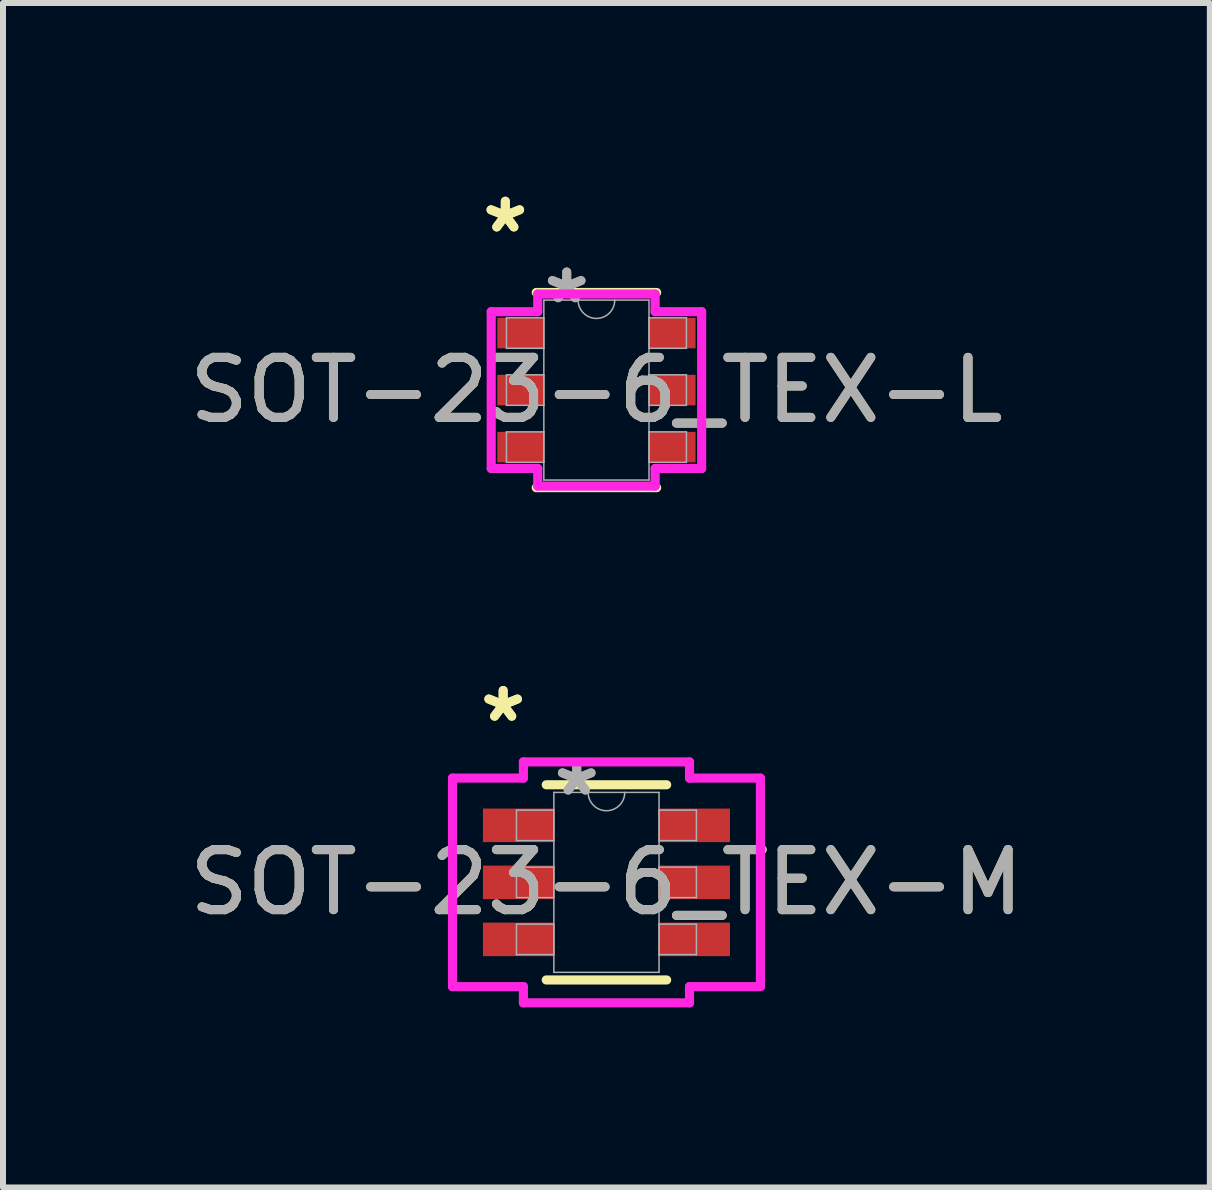
<source format=kicad_pcb>
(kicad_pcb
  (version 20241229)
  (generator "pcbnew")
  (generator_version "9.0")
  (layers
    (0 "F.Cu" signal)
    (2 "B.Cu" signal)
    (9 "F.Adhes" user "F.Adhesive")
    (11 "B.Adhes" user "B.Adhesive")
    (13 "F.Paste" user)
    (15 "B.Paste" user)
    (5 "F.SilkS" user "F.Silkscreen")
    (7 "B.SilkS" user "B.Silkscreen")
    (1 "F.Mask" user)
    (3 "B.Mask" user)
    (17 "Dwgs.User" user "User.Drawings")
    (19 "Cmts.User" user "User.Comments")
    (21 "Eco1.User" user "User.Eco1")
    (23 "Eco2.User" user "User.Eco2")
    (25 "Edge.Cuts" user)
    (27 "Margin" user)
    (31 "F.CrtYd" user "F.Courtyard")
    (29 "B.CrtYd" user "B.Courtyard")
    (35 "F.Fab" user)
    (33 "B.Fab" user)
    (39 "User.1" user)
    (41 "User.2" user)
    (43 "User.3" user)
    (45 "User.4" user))
  (footprint "SOT-23-6_TEX-L"
    (layer "F.Cu")
    (at 6.887 3.449)
    (property "Reference" "SOT-23-6_TEX-L" (at 0 0 0) (unlocked yes) (layer "F.SilkS") (effects (font (size 1 1) (thickness 0.15))))
    (attr smd)
    (fp_line (start -1.003 1.626) (end 1.003 1.626) (stroke (width 0.152) (type solid)) (layer "F.SilkS"))
    (fp_line (start 1.003 -1.626) (end -1.003 -1.626) (stroke (width 0.152) (type solid)) (layer "F.SilkS"))
    (fp_line (start -1.753 -1.306) (end -0.978 -1.306) (stroke (width 0.152) (type solid)) (layer "F.CrtYd"))
    (fp_line (start -1.753 1.306) (end -1.753 -1.306) (stroke (width 0.152) (type solid)) (layer "F.CrtYd"))
    (fp_line (start -1.753 1.306) (end -0.978 1.306) (stroke (width 0.152) (type solid)) (layer "F.CrtYd"))
    (fp_line (start -0.978 -1.6) (end 0.978 -1.6) (stroke (width 0.152) (type solid)) (layer "F.CrtYd"))
    (fp_line (start -0.978 -1.306) (end -0.978 -1.6) (stroke (width 0.152) (type solid)) (layer "F.CrtYd"))
    (fp_line (start -0.978 1.6) (end -0.978 1.306) (stroke (width 0.152) (type solid)) (layer "F.CrtYd"))
    (fp_line (start 0.978 -1.6) (end 0.978 -1.306) (stroke (width 0.152) (type solid)) (layer "F.CrtYd"))
    (fp_line (start 0.978 1.306) (end 0.978 1.6) (stroke (width 0.152) (type solid)) (layer "F.CrtYd"))
    (fp_line (start 0.978 1.6) (end -0.978 1.6) (stroke (width 0.152) (type solid)) (layer "F.CrtYd"))
    (fp_line (start 1.753 -1.306) (end 0.978 -1.306) (stroke (width 0.152) (type solid)) (layer "F.CrtYd"))
    (fp_line (start 1.753 -1.306) (end 1.753 1.306) (stroke (width 0.152) (type solid)) (layer "F.CrtYd"))
    (fp_line (start 1.753 1.306) (end 0.978 1.306) (stroke (width 0.152) (type solid)) (layer "F.CrtYd"))
    (fp_line (start -1.499 -1.204) (end -1.499 -0.696) (stroke (width 0.025) (type solid)) (layer "F.Fab"))
    (fp_line (start -1.499 -0.696) (end -0.876 -0.696) (stroke (width 0.025) (type solid)) (layer "F.Fab"))
    (fp_line (start -1.499 -0.254) (end -1.499 0.254) (stroke (width 0.025) (type solid)) (layer "F.Fab"))
    (fp_line (start -1.499 0.254) (end -0.876 0.254) (stroke (width 0.025) (type solid)) (layer "F.Fab"))
    (fp_line (start -1.499 0.696) (end -1.499 1.204) (stroke (width 0.025) (type solid)) (layer "F.Fab"))
    (fp_line (start -1.499 1.204) (end -0.876 1.204) (stroke (width 0.025) (type solid)) (layer "F.Fab"))
    (fp_line (start -0.876 -1.499) (end -0.876 1.499) (stroke (width 0.025) (type solid)) (layer "F.Fab"))
    (fp_line (start -0.876 -1.204) (end -1.499 -1.204) (stroke (width 0.025) (type solid)) (layer "F.Fab"))
    (fp_line (start -0.876 -0.696) (end -0.876 -1.204) (stroke (width 0.025) (type solid)) (layer "F.Fab"))
    (fp_line (start -0.876 -0.254) (end -1.499 -0.254) (stroke (width 0.025) (type solid)) (layer "F.Fab"))
    (fp_line (start -0.876 0.254) (end -0.876 -0.254) (stroke (width 0.025) (type solid)) (layer "F.Fab"))
    (fp_line (start -0.876 0.696) (end -1.499 0.696) (stroke (width 0.025) (type solid)) (layer "F.Fab"))
    (fp_line (start -0.876 1.204) (end -0.876 0.696) (stroke (width 0.025) (type solid)) (layer "F.Fab"))
    (fp_line (start -0.876 1.499) (end 0.876 1.499) (stroke (width 0.025) (type solid)) (layer "F.Fab"))
    (fp_line (start 0.876 -1.499) (end -0.876 -1.499) (stroke (width 0.025) (type solid)) (layer "F.Fab"))
    (fp_line (start 0.876 -1.204) (end 0.876 -0.696) (stroke (width 0.025) (type solid)) (layer "F.Fab"))
    (fp_line (start 0.876 -0.696) (end 1.499 -0.696) (stroke (width 0.025) (type solid)) (layer "F.Fab"))
    (fp_line (start 0.876 -0.254) (end 0.876 0.254) (stroke (width 0.025) (type solid)) (layer "F.Fab"))
    (fp_line (start 0.876 0.254) (end 1.499 0.254) (stroke (width 0.025) (type solid)) (layer "F.Fab"))
    (fp_line (start 0.876 0.696) (end 0.876 1.204) (stroke (width 0.025) (type solid)) (layer "F.Fab"))
    (fp_line (start 0.876 1.204) (end 1.499 1.204) (stroke (width 0.025) (type solid)) (layer "F.Fab"))
    (fp_line (start 0.876 1.499) (end 0.876 -1.499) (stroke (width 0.025) (type solid)) (layer "F.Fab"))
    (fp_line (start 1.499 -1.204) (end 0.876 -1.204) (stroke (width 0.025) (type solid)) (layer "F.Fab"))
    (fp_line (start 1.499 -0.696) (end 1.499 -1.204) (stroke (width 0.025) (type solid)) (layer "F.Fab"))
    (fp_line (start 1.499 -0.254) (end 0.876 -0.254) (stroke (width 0.025) (type solid)) (layer "F.Fab"))
    (fp_line (start 1.499 0.254) (end 1.499 -0.254) (stroke (width 0.025) (type solid)) (layer "F.Fab"))
    (fp_line (start 1.499 0.696) (end 0.876 0.696) (stroke (width 0.025) (type solid)) (layer "F.Fab"))
    (fp_line (start 1.499 1.204) (end 1.499 0.696) (stroke (width 0.025) (type solid)) (layer "F.Fab"))
    (fp_arc (start 0.3048 -1.4986) (mid 0 -1.1938) (end -0.3048 -1.4986) (stroke (width 0.0254) (type solid)) (layer "F.Fab"))
    (fp_text user "*" (at -1.518 -2.601 0) (layer "F.SilkS") (effects (font (size 1 1) (thickness 0.15))))
    (fp_text user "*" (at -1.518 -2.601 0) (unlocked yes) (layer "F.SilkS") (effects (font (size 1 1) (thickness 0.15))))
    (fp_text user "*" (at -0.495 -1.422 0) (unlocked yes) (layer "F.Fab") (effects (font (size 1 1) (thickness 0.15))))
    (fp_text user "${REFERENCE}" (at 0 0 0) (unlocked yes) (layer "F.Fab") (effects (font (size 1 1) (thickness 0.15))))
    (fp_text user "*" (at -0.495 -1.422 0) (layer "F.Fab") (effects (font (size 1 1) (thickness 0.15))))
    (pad "1" smd rect (at -1.264 -0.95) (size 0.775 0.508) (layers "F.Cu" "F.Mask" "F.Paste"))
    (pad "2" smd rect (at -1.264 0) (size 0.775 0.508) (layers "F.Cu" "F.Mask" "F.Paste"))
    (pad "3" smd rect (at -1.264 0.95) (size 0.775 0.508) (layers "F.Cu" "F.Mask" "F.Paste"))
    (pad "4" smd rect (at 1.264 0.95) (size 0.775 0.508) (layers "F.Cu" "F.Mask" "F.Paste"))
    (pad "5" smd rect (at 1.264 0) (size 0.775 0.508) (layers "F.Cu" "F.Mask" "F.Paste"))
    (pad "6" smd rect (at 1.264 -0.95) (size 0.775 0.508) (layers "F.Cu" "F.Mask" "F.Paste")))
  (footprint "SOT-23-6_TEX-M"
    (layer "F.Cu")
    (at 7.054 11.651)
    (property "Reference" "SOT-23-6_TEX-M" (at 0 0 0) (unlocked yes) (layer "F.SilkS") (effects (font (size 1 1) (thickness 0.15))))
    (attr smd)
    (fp_line (start -1.003 1.626) (end 1.003 1.626) (stroke (width 0.152) (type solid)) (layer "F.SilkS"))
    (fp_line (start 1.003 -1.626) (end -1.003 -1.626) (stroke (width 0.152) (type solid)) (layer "F.SilkS"))
    (fp_line (start -2.565 -1.737) (end -1.384 -1.737) (stroke (width 0.152) (type solid)) (layer "F.CrtYd"))
    (fp_line (start -2.565 1.737) (end -2.565 -1.737) (stroke (width 0.152) (type solid)) (layer "F.CrtYd"))
    (fp_line (start -2.565 1.737) (end -1.384 1.737) (stroke (width 0.152) (type solid)) (layer "F.CrtYd"))
    (fp_line (start -1.384 -2.007) (end 1.384 -2.007) (stroke (width 0.152) (type solid)) (layer "F.CrtYd"))
    (fp_line (start -1.384 -1.737) (end -1.384 -2.007) (stroke (width 0.152) (type solid)) (layer "F.CrtYd"))
    (fp_line (start -1.384 2.007) (end -1.384 1.737) (stroke (width 0.152) (type solid)) (layer "F.CrtYd"))
    (fp_line (start 1.384 -2.007) (end 1.384 -1.737) (stroke (width 0.152) (type solid)) (layer "F.CrtYd"))
    (fp_line (start 1.384 1.737) (end 1.384 2.007) (stroke (width 0.152) (type solid)) (layer "F.CrtYd"))
    (fp_line (start 1.384 2.007) (end -1.384 2.007) (stroke (width 0.152) (type solid)) (layer "F.CrtYd"))
    (fp_line (start 2.565 -1.737) (end 1.384 -1.737) (stroke (width 0.152) (type solid)) (layer "F.CrtYd"))
    (fp_line (start 2.565 -1.737) (end 2.565 1.737) (stroke (width 0.152) (type solid)) (layer "F.CrtYd"))
    (fp_line (start 2.565 1.737) (end 1.384 1.737) (stroke (width 0.152) (type solid)) (layer "F.CrtYd"))
    (fp_line (start -1.499 -1.204) (end -1.499 -0.696) (stroke (width 0.025) (type solid)) (layer "F.Fab"))
    (fp_line (start -1.499 -0.696) (end -0.876 -0.696) (stroke (width 0.025) (type solid)) (layer "F.Fab"))
    (fp_line (start -1.499 -0.254) (end -1.499 0.254) (stroke (width 0.025) (type solid)) (layer "F.Fab"))
    (fp_line (start -1.499 0.254) (end -0.876 0.254) (stroke (width 0.025) (type solid)) (layer "F.Fab"))
    (fp_line (start -1.499 0.696) (end -1.499 1.204) (stroke (width 0.025) (type solid)) (layer "F.Fab"))
    (fp_line (start -1.499 1.204) (end -0.876 1.204) (stroke (width 0.025) (type solid)) (layer "F.Fab"))
    (fp_line (start -0.876 -1.499) (end -0.876 1.499) (stroke (width 0.025) (type solid)) (layer "F.Fab"))
    (fp_line (start -0.876 -1.204) (end -1.499 -1.204) (stroke (width 0.025) (type solid)) (layer "F.Fab"))
    (fp_line (start -0.876 -0.696) (end -0.876 -1.204) (stroke (width 0.025) (type solid)) (layer "F.Fab"))
    (fp_line (start -0.876 -0.254) (end -1.499 -0.254) (stroke (width 0.025) (type solid)) (layer "F.Fab"))
    (fp_line (start -0.876 0.254) (end -0.876 -0.254) (stroke (width 0.025) (type solid)) (layer "F.Fab"))
    (fp_line (start -0.876 0.696) (end -1.499 0.696) (stroke (width 0.025) (type solid)) (layer "F.Fab"))
    (fp_line (start -0.876 1.204) (end -0.876 0.696) (stroke (width 0.025) (type solid)) (layer "F.Fab"))
    (fp_line (start -0.876 1.499) (end 0.876 1.499) (stroke (width 0.025) (type solid)) (layer "F.Fab"))
    (fp_line (start 0.876 -1.499) (end -0.876 -1.499) (stroke (width 0.025) (type solid)) (layer "F.Fab"))
    (fp_line (start 0.876 -1.204) (end 0.876 -0.696) (stroke (width 0.025) (type solid)) (layer "F.Fab"))
    (fp_line (start 0.876 -0.696) (end 1.499 -0.696) (stroke (width 0.025) (type solid)) (layer "F.Fab"))
    (fp_line (start 0.876 -0.254) (end 0.876 0.254) (stroke (width 0.025) (type solid)) (layer "F.Fab"))
    (fp_line (start 0.876 0.254) (end 1.499 0.254) (stroke (width 0.025) (type solid)) (layer "F.Fab"))
    (fp_line (start 0.876 0.696) (end 0.876 1.204) (stroke (width 0.025) (type solid)) (layer "F.Fab"))
    (fp_line (start 0.876 1.204) (end 1.499 1.204) (stroke (width 0.025) (type solid)) (layer "F.Fab"))
    (fp_line (start 0.876 1.499) (end 0.876 -1.499) (stroke (width 0.025) (type solid)) (layer "F.Fab"))
    (fp_line (start 1.499 -1.204) (end 0.876 -1.204) (stroke (width 0.025) (type solid)) (layer "F.Fab"))
    (fp_line (start 1.499 -0.696) (end 1.499 -1.204) (stroke (width 0.025) (type solid)) (layer "F.Fab"))
    (fp_line (start 1.499 -0.254) (end 0.876 -0.254) (stroke (width 0.025) (type solid)) (layer "F.Fab"))
    (fp_line (start 1.499 0.254) (end 1.499 -0.254) (stroke (width 0.025) (type solid)) (layer "F.Fab"))
    (fp_line (start 1.499 0.696) (end 0.876 0.696) (stroke (width 0.025) (type solid)) (layer "F.Fab"))
    (fp_line (start 1.499 1.204) (end 1.499 0.696) (stroke (width 0.025) (type solid)) (layer "F.Fab"))
    (fp_arc (start 0.3048 -1.4986) (mid 0 -1.1938) (end -0.3048 -1.4986) (stroke (width 0.0254) (type solid)) (layer "F.Fab"))
    (fp_text user "*" (at -1.721 -2.652 0) (layer "F.SilkS") (effects (font (size 1 1) (thickness 0.15))))
    (fp_text user "*" (at -1.721 -2.652 0) (unlocked yes) (layer "F.SilkS") (effects (font (size 1 1) (thickness 0.15))))
    (fp_text user "*" (at -0.495 -1.422 0) (layer "F.Fab") (effects (font (size 1 1) (thickness 0.15))))
    (fp_text user "${REFERENCE}" (at 0 0 0) (unlocked yes) (layer "F.Fab") (effects (font (size 1 1) (thickness 0.15))))
    (fp_text user "*" (at -0.495 -1.422 0) (unlocked yes) (layer "F.Fab") (effects (font (size 1 1) (thickness 0.15))))
    (pad "1" smd rect (at -1.467 -0.95) (size 1.181 0.559) (layers "F.Cu" "F.Mask" "F.Paste"))
    (pad "2" smd rect (at -1.467 0) (size 1.181 0.559) (layers "F.Cu" "F.Mask" "F.Paste"))
    (pad "3" smd rect (at -1.467 0.95) (size 1.181 0.559) (layers "F.Cu" "F.Mask" "F.Paste"))
    (pad "4" smd rect (at 1.467 0.95) (size 1.181 0.559) (layers "F.Cu" "F.Mask" "F.Paste"))
    (pad "5" smd rect (at 1.467 0) (size 1.181 0.559) (layers "F.Cu" "F.Mask" "F.Paste"))
    (pad "6" smd rect (at 1.467 -0.95) (size 1.181 0.559) (layers "F.Cu" "F.Mask" "F.Paste")))
  (gr_rect
    (start -3 -3)
    (end 17.107 16.734)
    (stroke (width 0.1) (type default))
    (fill no)
    (layer "Edge.Cuts")))
</source>
